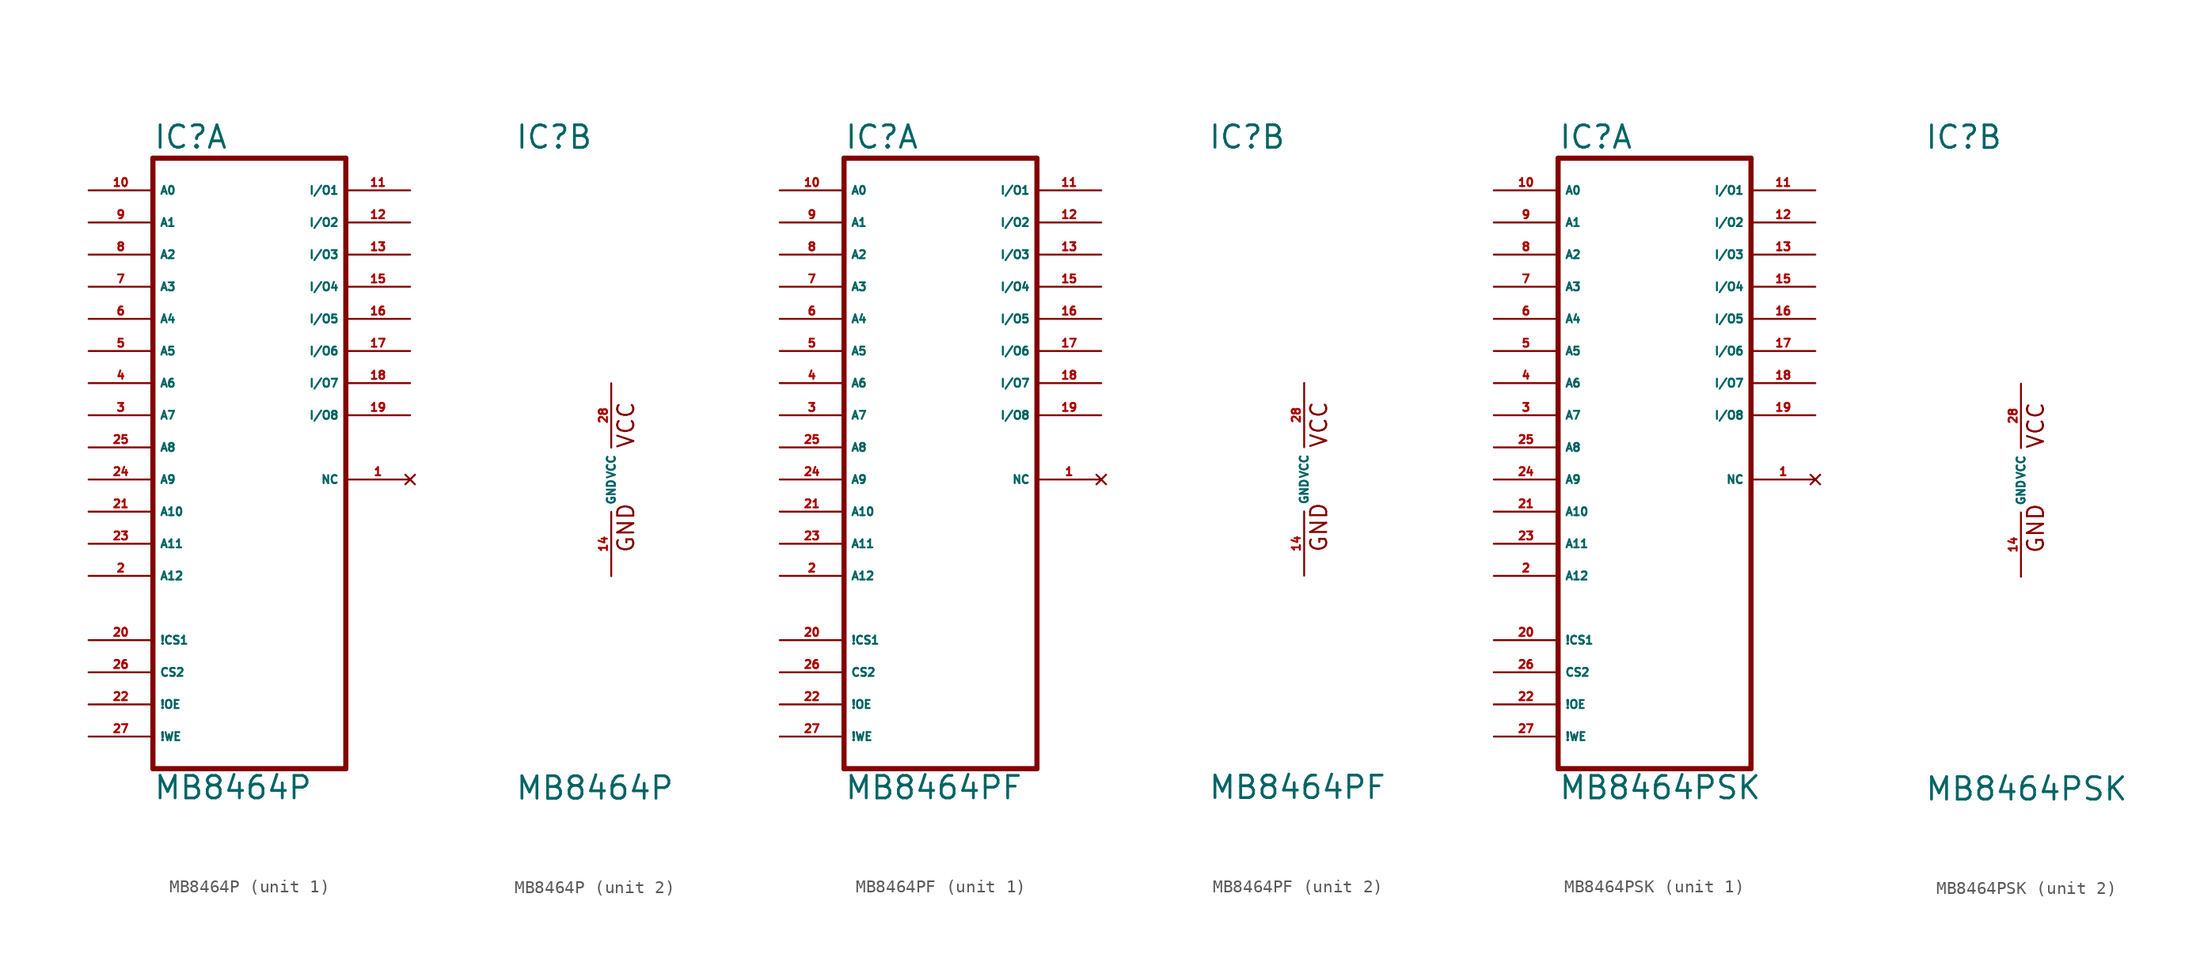
<source format=kicad_sym>
(kicad_symbol_lib
  (version 20220914)
  (generator Eagle2Kicad)
  (symbol "MB8464P"
    (property "Reference" "IC"
      (at -7.62 26.035 0)
      (effects (font (size 1.778 1.778) (thickness 0.22)) (justify left bottom)))
    (property "Value" "MB8464P"
      (at -7.62 -25.4 0)
      (effects (font (size 1.778 1.778) (thickness 0.22)) (justify left bottom)))
    (symbol "MB8464P_1_0"
      (polyline (pts (xy -7.62 -22.86) (xy -7.62 25.4)) (stroke (width 0.406) (type default)) (fill (type none)))
      (polyline (pts (xy -7.62 25.4) (xy 7.62 25.4)) (stroke (width 0.406) (type default)) (fill (type none)))
      (polyline (pts (xy 7.62 25.4) (xy 7.62 -22.86)) (stroke (width 0.406) (type default)) (fill (type none)))
      (polyline (pts (xy 7.62 -22.86) (xy -7.62 -22.86)) (stroke (width 0.406) (type default)) (fill (type none)))
      (pin input line (at -12.7 22.86 0) (length 5.08) (name "A0" (effects (font (size 0.635 0.635) (thickness 0.08)) (justify left bottom))) (number "10" (effects (font (size 0.635 0.635) (thickness 0.08)) (justify left bottom))))
      (pin input line (at -12.7 20.32 0) (length 5.08) (name "A1" (effects (font (size 0.635 0.635) (thickness 0.08)) (justify left bottom))) (number "9" (effects (font (size 0.635 0.635) (thickness 0.08)) (justify left bottom))))
      (pin input line (at -12.7 17.78 0) (length 5.08) (name "A2" (effects (font (size 0.635 0.635) (thickness 0.08)) (justify left bottom))) (number "8" (effects (font (size 0.635 0.635) (thickness 0.08)) (justify left bottom))))
      (pin input line (at -12.7 15.24 0) (length 5.08) (name "A3" (effects (font (size 0.635 0.635) (thickness 0.08)) (justify left bottom))) (number "7" (effects (font (size 0.635 0.635) (thickness 0.08)) (justify left bottom))))
      (pin input line (at -12.7 12.7 0) (length 5.08) (name "A4" (effects (font (size 0.635 0.635) (thickness 0.08)) (justify left bottom))) (number "6" (effects (font (size 0.635 0.635) (thickness 0.08)) (justify left bottom))))
      (pin input line (at -12.7 7.62 0) (length 5.08) (name "A6" (effects (font (size 0.635 0.635) (thickness 0.08)) (justify left bottom))) (number "4" (effects (font (size 0.635 0.635) (thickness 0.08)) (justify left bottom))))
      (pin input line (at -12.7 10.16 0) (length 5.08) (name "A5" (effects (font (size 0.635 0.635) (thickness 0.08)) (justify left bottom))) (number "5" (effects (font (size 0.635 0.635) (thickness 0.08)) (justify left bottom))))
      (pin input line (at -12.7 5.08 0) (length 5.08) (name "A7" (effects (font (size 0.635 0.635) (thickness 0.08)) (justify left bottom))) (number "3" (effects (font (size 0.635 0.635) (thickness 0.08)) (justify left bottom))))
      (pin input line (at -12.7 2.54 0) (length 5.08) (name "A8" (effects (font (size 0.635 0.635) (thickness 0.08)) (justify left bottom))) (number "25" (effects (font (size 0.635 0.635) (thickness 0.08)) (justify left bottom))))
      (pin input line (at -12.7 0 0) (length 5.08) (name "A9" (effects (font (size 0.635 0.635) (thickness 0.08)) (justify left bottom))) (number "24" (effects (font (size 0.635 0.635) (thickness 0.08)) (justify left bottom))))
      (pin input line (at -12.7 -2.54 0) (length 5.08) (name "A10" (effects (font (size 0.635 0.635) (thickness 0.08)) (justify left bottom))) (number "21" (effects (font (size 0.635 0.635) (thickness 0.08)) (justify left bottom))))
      (pin input line (at -12.7 -5.08 0) (length 5.08) (name "A11" (effects (font (size 0.635 0.635) (thickness 0.08)) (justify left bottom))) (number "23" (effects (font (size 0.635 0.635) (thickness 0.08)) (justify left bottom))))
      (pin bidirectional line (at 12.7 22.86 180) (length 5.08) (name "I/O1" (effects (font (size 0.635 0.635) (thickness 0.08)) (justify left bottom))) (number "11" (effects (font (size 0.635 0.635) (thickness 0.08)) (justify left bottom))))
      (pin bidirectional line (at 12.7 20.32 180) (length 5.08) (name "I/O2" (effects (font (size 0.635 0.635) (thickness 0.08)) (justify left bottom))) (number "12" (effects (font (size 0.635 0.635) (thickness 0.08)) (justify left bottom))))
      (pin bidirectional line (at 12.7 17.78 180) (length 5.08) (name "I/O3" (effects (font (size 0.635 0.635) (thickness 0.08)) (justify left bottom))) (number "13" (effects (font (size 0.635 0.635) (thickness 0.08)) (justify left bottom))))
      (pin bidirectional line (at 12.7 15.24 180) (length 5.08) (name "I/O4" (effects (font (size 0.635 0.635) (thickness 0.08)) (justify left bottom))) (number "15" (effects (font (size 0.635 0.635) (thickness 0.08)) (justify left bottom))))
      (pin input line (at -12.7 -12.7 0) (length 5.08) (name "!CS1" (effects (font (size 0.635 0.635) (thickness 0.08)) (justify left bottom))) (number "20" (effects (font (size 0.635 0.635) (thickness 0.08)) (justify left bottom))))
      (pin input line (at -12.7 -15.24 0) (length 5.08) (name "CS2" (effects (font (size 0.635 0.635) (thickness 0.08)) (justify left bottom))) (number "26" (effects (font (size 0.635 0.635) (thickness 0.08)) (justify left bottom))))
      (pin input line (at -12.7 -7.62 0) (length 5.08) (name "A12" (effects (font (size 0.635 0.635) (thickness 0.08)) (justify left bottom))) (number "2" (effects (font (size 0.635 0.635) (thickness 0.08)) (justify left bottom))))
      (pin no_connect line (at 12.7 0 180) (length 5.08) (name "NC" (effects (font (size 0.635 0.635) (thickness 0.08)) (justify left bottom) hide)) (number "1" (effects (font (size 0.635 0.635) (thickness 0.08)) (justify left bottom) hide)))
      (pin input line (at -12.7 -17.78 0) (length 5.08) (name "!OE" (effects (font (size 0.635 0.635) (thickness 0.08)) (justify left bottom))) (number "22" (effects (font (size 0.635 0.635) (thickness 0.08)) (justify left bottom))))
      (pin bidirectional line (at 12.7 10.16 180) (length 5.08) (name "I/O6" (effects (font (size 0.635 0.635) (thickness 0.08)) (justify left bottom))) (number "17" (effects (font (size 0.635 0.635) (thickness 0.08)) (justify left bottom))))
      (pin input line (at -12.7 -20.32 0) (length 5.08) (name "!WE" (effects (font (size 0.635 0.635) (thickness 0.08)) (justify left bottom))) (number "27" (effects (font (size 0.635 0.635) (thickness 0.08)) (justify left bottom))))
      (pin bidirectional line (at 12.7 12.7 180) (length 5.08) (name "I/O5" (effects (font (size 0.635 0.635) (thickness 0.08)) (justify left bottom))) (number "16" (effects (font (size 0.635 0.635) (thickness 0.08)) (justify left bottom))))
      (pin bidirectional line (at 12.7 7.62 180) (length 5.08) (name "I/O7" (effects (font (size 0.635 0.635) (thickness 0.08)) (justify left bottom))) (number "18" (effects (font (size 0.635 0.635) (thickness 0.08)) (justify left bottom))))
      (pin bidirectional line (at 12.7 5.08 180) (length 5.08) (name "I/O8" (effects (font (size 0.635 0.635) (thickness 0.08)) (justify left bottom))) (number "19" (effects (font (size 0.635 0.635) (thickness 0.08)) (justify left bottom)))))
    (symbol "MB8464P_2_0"
      (text "VCC" (at 1.905 2.413 900) (effects (font (size 1.27 1.27) (thickness 0.16)) (justify left bottom)))
      (text "GND" (at 1.905 -5.842 900) (effects (font (size 1.27 1.27) (thickness 0.16)) (justify left bottom)))
      (pin unspecified line (at 0 -7.62 90) (length 5.08) (name "GND" (effects (font (size 0.635 0.635) (thickness 0.08)) (justify left bottom))) (number "14" (effects (font (size 0.635 0.635) (thickness 0.08)) (justify left bottom))))
      (pin unspecified line (at 0 7.62 270) (length 5.08) (name "VCC" (effects (font (size 0.635 0.635) (thickness 0.08)) (justify left bottom))) (number "28" (effects (font (size 0.635 0.635) (thickness 0.08)) (justify left bottom))))))
  (symbol "MB8464PF"
    (property "Reference" "IC"
      (at -7.62 26.035 0)
      (effects (font (size 1.778 1.778) (thickness 0.22)) (justify left bottom)))
    (property "Value" "MB8464PF"
      (at -7.62 -25.4 0)
      (effects (font (size 1.778 1.778) (thickness 0.22)) (justify left bottom)))
    (symbol "MB8464PF_1_0"
      (polyline (pts (xy -7.62 -22.86) (xy -7.62 25.4)) (stroke (width 0.406) (type default)) (fill (type none)))
      (polyline (pts (xy -7.62 25.4) (xy 7.62 25.4)) (stroke (width 0.406) (type default)) (fill (type none)))
      (polyline (pts (xy 7.62 25.4) (xy 7.62 -22.86)) (stroke (width 0.406) (type default)) (fill (type none)))
      (polyline (pts (xy 7.62 -22.86) (xy -7.62 -22.86)) (stroke (width 0.406) (type default)) (fill (type none)))
      (pin input line (at -12.7 22.86 0) (length 5.08) (name "A0" (effects (font (size 0.635 0.635) (thickness 0.08)) (justify left bottom))) (number "10" (effects (font (size 0.635 0.635) (thickness 0.08)) (justify left bottom))))
      (pin input line (at -12.7 20.32 0) (length 5.08) (name "A1" (effects (font (size 0.635 0.635) (thickness 0.08)) (justify left bottom))) (number "9" (effects (font (size 0.635 0.635) (thickness 0.08)) (justify left bottom))))
      (pin input line (at -12.7 17.78 0) (length 5.08) (name "A2" (effects (font (size 0.635 0.635) (thickness 0.08)) (justify left bottom))) (number "8" (effects (font (size 0.635 0.635) (thickness 0.08)) (justify left bottom))))
      (pin input line (at -12.7 15.24 0) (length 5.08) (name "A3" (effects (font (size 0.635 0.635) (thickness 0.08)) (justify left bottom))) (number "7" (effects (font (size 0.635 0.635) (thickness 0.08)) (justify left bottom))))
      (pin input line (at -12.7 12.7 0) (length 5.08) (name "A4" (effects (font (size 0.635 0.635) (thickness 0.08)) (justify left bottom))) (number "6" (effects (font (size 0.635 0.635) (thickness 0.08)) (justify left bottom))))
      (pin input line (at -12.7 7.62 0) (length 5.08) (name "A6" (effects (font (size 0.635 0.635) (thickness 0.08)) (justify left bottom))) (number "4" (effects (font (size 0.635 0.635) (thickness 0.08)) (justify left bottom))))
      (pin input line (at -12.7 10.16 0) (length 5.08) (name "A5" (effects (font (size 0.635 0.635) (thickness 0.08)) (justify left bottom))) (number "5" (effects (font (size 0.635 0.635) (thickness 0.08)) (justify left bottom))))
      (pin input line (at -12.7 5.08 0) (length 5.08) (name "A7" (effects (font (size 0.635 0.635) (thickness 0.08)) (justify left bottom))) (number "3" (effects (font (size 0.635 0.635) (thickness 0.08)) (justify left bottom))))
      (pin input line (at -12.7 2.54 0) (length 5.08) (name "A8" (effects (font (size 0.635 0.635) (thickness 0.08)) (justify left bottom))) (number "25" (effects (font (size 0.635 0.635) (thickness 0.08)) (justify left bottom))))
      (pin input line (at -12.7 0 0) (length 5.08) (name "A9" (effects (font (size 0.635 0.635) (thickness 0.08)) (justify left bottom))) (number "24" (effects (font (size 0.635 0.635) (thickness 0.08)) (justify left bottom))))
      (pin input line (at -12.7 -2.54 0) (length 5.08) (name "A10" (effects (font (size 0.635 0.635) (thickness 0.08)) (justify left bottom))) (number "21" (effects (font (size 0.635 0.635) (thickness 0.08)) (justify left bottom))))
      (pin input line (at -12.7 -5.08 0) (length 5.08) (name "A11" (effects (font (size 0.635 0.635) (thickness 0.08)) (justify left bottom))) (number "23" (effects (font (size 0.635 0.635) (thickness 0.08)) (justify left bottom))))
      (pin bidirectional line (at 12.7 22.86 180) (length 5.08) (name "I/O1" (effects (font (size 0.635 0.635) (thickness 0.08)) (justify left bottom))) (number "11" (effects (font (size 0.635 0.635) (thickness 0.08)) (justify left bottom))))
      (pin bidirectional line (at 12.7 20.32 180) (length 5.08) (name "I/O2" (effects (font (size 0.635 0.635) (thickness 0.08)) (justify left bottom))) (number "12" (effects (font (size 0.635 0.635) (thickness 0.08)) (justify left bottom))))
      (pin bidirectional line (at 12.7 17.78 180) (length 5.08) (name "I/O3" (effects (font (size 0.635 0.635) (thickness 0.08)) (justify left bottom))) (number "13" (effects (font (size 0.635 0.635) (thickness 0.08)) (justify left bottom))))
      (pin bidirectional line (at 12.7 15.24 180) (length 5.08) (name "I/O4" (effects (font (size 0.635 0.635) (thickness 0.08)) (justify left bottom))) (number "15" (effects (font (size 0.635 0.635) (thickness 0.08)) (justify left bottom))))
      (pin input line (at -12.7 -12.7 0) (length 5.08) (name "!CS1" (effects (font (size 0.635 0.635) (thickness 0.08)) (justify left bottom))) (number "20" (effects (font (size 0.635 0.635) (thickness 0.08)) (justify left bottom))))
      (pin input line (at -12.7 -15.24 0) (length 5.08) (name "CS2" (effects (font (size 0.635 0.635) (thickness 0.08)) (justify left bottom))) (number "26" (effects (font (size 0.635 0.635) (thickness 0.08)) (justify left bottom))))
      (pin input line (at -12.7 -7.62 0) (length 5.08) (name "A12" (effects (font (size 0.635 0.635) (thickness 0.08)) (justify left bottom))) (number "2" (effects (font (size 0.635 0.635) (thickness 0.08)) (justify left bottom))))
      (pin no_connect line (at 12.7 0 180) (length 5.08) (name "NC" (effects (font (size 0.635 0.635) (thickness 0.08)) (justify left bottom) hide)) (number "1" (effects (font (size 0.635 0.635) (thickness 0.08)) (justify left bottom) hide)))
      (pin input line (at -12.7 -17.78 0) (length 5.08) (name "!OE" (effects (font (size 0.635 0.635) (thickness 0.08)) (justify left bottom))) (number "22" (effects (font (size 0.635 0.635) (thickness 0.08)) (justify left bottom))))
      (pin bidirectional line (at 12.7 10.16 180) (length 5.08) (name "I/O6" (effects (font (size 0.635 0.635) (thickness 0.08)) (justify left bottom))) (number "17" (effects (font (size 0.635 0.635) (thickness 0.08)) (justify left bottom))))
      (pin input line (at -12.7 -20.32 0) (length 5.08) (name "!WE" (effects (font (size 0.635 0.635) (thickness 0.08)) (justify left bottom))) (number "27" (effects (font (size 0.635 0.635) (thickness 0.08)) (justify left bottom))))
      (pin bidirectional line (at 12.7 12.7 180) (length 5.08) (name "I/O5" (effects (font (size 0.635 0.635) (thickness 0.08)) (justify left bottom))) (number "16" (effects (font (size 0.635 0.635) (thickness 0.08)) (justify left bottom))))
      (pin bidirectional line (at 12.7 7.62 180) (length 5.08) (name "I/O7" (effects (font (size 0.635 0.635) (thickness 0.08)) (justify left bottom))) (number "18" (effects (font (size 0.635 0.635) (thickness 0.08)) (justify left bottom))))
      (pin bidirectional line (at 12.7 5.08 180) (length 5.08) (name "I/O8" (effects (font (size 0.635 0.635) (thickness 0.08)) (justify left bottom))) (number "19" (effects (font (size 0.635 0.635) (thickness 0.08)) (justify left bottom)))))
    (symbol "MB8464PF_2_0"
      (text "VCC" (at 1.905 2.413 900) (effects (font (size 1.27 1.27) (thickness 0.16)) (justify left bottom)))
      (text "GND" (at 1.905 -5.842 900) (effects (font (size 1.27 1.27) (thickness 0.16)) (justify left bottom)))
      (pin unspecified line (at 0 -7.62 90) (length 5.08) (name "GND" (effects (font (size 0.635 0.635) (thickness 0.08)) (justify left bottom))) (number "14" (effects (font (size 0.635 0.635) (thickness 0.08)) (justify left bottom))))
      (pin unspecified line (at 0 7.62 270) (length 5.08) (name "VCC" (effects (font (size 0.635 0.635) (thickness 0.08)) (justify left bottom))) (number "28" (effects (font (size 0.635 0.635) (thickness 0.08)) (justify left bottom))))))
  (symbol "MB8464PSK"
    (property "Reference" "IC"
      (at -7.62 26.035 0)
      (effects (font (size 1.778 1.778) (thickness 0.22)) (justify left bottom)))
    (property "Value" "MB8464PSK"
      (at -7.62 -25.4 0)
      (effects (font (size 1.778 1.778) (thickness 0.22)) (justify left bottom)))
    (symbol "MB8464PSK_1_0"
      (polyline (pts (xy -7.62 -22.86) (xy -7.62 25.4)) (stroke (width 0.406) (type default)) (fill (type none)))
      (polyline (pts (xy -7.62 25.4) (xy 7.62 25.4)) (stroke (width 0.406) (type default)) (fill (type none)))
      (polyline (pts (xy 7.62 25.4) (xy 7.62 -22.86)) (stroke (width 0.406) (type default)) (fill (type none)))
      (polyline (pts (xy 7.62 -22.86) (xy -7.62 -22.86)) (stroke (width 0.406) (type default)) (fill (type none)))
      (pin input line (at -12.7 22.86 0) (length 5.08) (name "A0" (effects (font (size 0.635 0.635) (thickness 0.08)) (justify left bottom))) (number "10" (effects (font (size 0.635 0.635) (thickness 0.08)) (justify left bottom))))
      (pin input line (at -12.7 20.32 0) (length 5.08) (name "A1" (effects (font (size 0.635 0.635) (thickness 0.08)) (justify left bottom))) (number "9" (effects (font (size 0.635 0.635) (thickness 0.08)) (justify left bottom))))
      (pin input line (at -12.7 17.78 0) (length 5.08) (name "A2" (effects (font (size 0.635 0.635) (thickness 0.08)) (justify left bottom))) (number "8" (effects (font (size 0.635 0.635) (thickness 0.08)) (justify left bottom))))
      (pin input line (at -12.7 15.24 0) (length 5.08) (name "A3" (effects (font (size 0.635 0.635) (thickness 0.08)) (justify left bottom))) (number "7" (effects (font (size 0.635 0.635) (thickness 0.08)) (justify left bottom))))
      (pin input line (at -12.7 12.7 0) (length 5.08) (name "A4" (effects (font (size 0.635 0.635) (thickness 0.08)) (justify left bottom))) (number "6" (effects (font (size 0.635 0.635) (thickness 0.08)) (justify left bottom))))
      (pin input line (at -12.7 7.62 0) (length 5.08) (name "A6" (effects (font (size 0.635 0.635) (thickness 0.08)) (justify left bottom))) (number "4" (effects (font (size 0.635 0.635) (thickness 0.08)) (justify left bottom))))
      (pin input line (at -12.7 10.16 0) (length 5.08) (name "A5" (effects (font (size 0.635 0.635) (thickness 0.08)) (justify left bottom))) (number "5" (effects (font (size 0.635 0.635) (thickness 0.08)) (justify left bottom))))
      (pin input line (at -12.7 5.08 0) (length 5.08) (name "A7" (effects (font (size 0.635 0.635) (thickness 0.08)) (justify left bottom))) (number "3" (effects (font (size 0.635 0.635) (thickness 0.08)) (justify left bottom))))
      (pin input line (at -12.7 2.54 0) (length 5.08) (name "A8" (effects (font (size 0.635 0.635) (thickness 0.08)) (justify left bottom))) (number "25" (effects (font (size 0.635 0.635) (thickness 0.08)) (justify left bottom))))
      (pin input line (at -12.7 0 0) (length 5.08) (name "A9" (effects (font (size 0.635 0.635) (thickness 0.08)) (justify left bottom))) (number "24" (effects (font (size 0.635 0.635) (thickness 0.08)) (justify left bottom))))
      (pin input line (at -12.7 -2.54 0) (length 5.08) (name "A10" (effects (font (size 0.635 0.635) (thickness 0.08)) (justify left bottom))) (number "21" (effects (font (size 0.635 0.635) (thickness 0.08)) (justify left bottom))))
      (pin input line (at -12.7 -5.08 0) (length 5.08) (name "A11" (effects (font (size 0.635 0.635) (thickness 0.08)) (justify left bottom))) (number "23" (effects (font (size 0.635 0.635) (thickness 0.08)) (justify left bottom))))
      (pin bidirectional line (at 12.7 22.86 180) (length 5.08) (name "I/O1" (effects (font (size 0.635 0.635) (thickness 0.08)) (justify left bottom))) (number "11" (effects (font (size 0.635 0.635) (thickness 0.08)) (justify left bottom))))
      (pin bidirectional line (at 12.7 20.32 180) (length 5.08) (name "I/O2" (effects (font (size 0.635 0.635) (thickness 0.08)) (justify left bottom))) (number "12" (effects (font (size 0.635 0.635) (thickness 0.08)) (justify left bottom))))
      (pin bidirectional line (at 12.7 17.78 180) (length 5.08) (name "I/O3" (effects (font (size 0.635 0.635) (thickness 0.08)) (justify left bottom))) (number "13" (effects (font (size 0.635 0.635) (thickness 0.08)) (justify left bottom))))
      (pin bidirectional line (at 12.7 15.24 180) (length 5.08) (name "I/O4" (effects (font (size 0.635 0.635) (thickness 0.08)) (justify left bottom))) (number "15" (effects (font (size 0.635 0.635) (thickness 0.08)) (justify left bottom))))
      (pin input line (at -12.7 -12.7 0) (length 5.08) (name "!CS1" (effects (font (size 0.635 0.635) (thickness 0.08)) (justify left bottom))) (number "20" (effects (font (size 0.635 0.635) (thickness 0.08)) (justify left bottom))))
      (pin input line (at -12.7 -15.24 0) (length 5.08) (name "CS2" (effects (font (size 0.635 0.635) (thickness 0.08)) (justify left bottom))) (number "26" (effects (font (size 0.635 0.635) (thickness 0.08)) (justify left bottom))))
      (pin input line (at -12.7 -7.62 0) (length 5.08) (name "A12" (effects (font (size 0.635 0.635) (thickness 0.08)) (justify left bottom))) (number "2" (effects (font (size 0.635 0.635) (thickness 0.08)) (justify left bottom))))
      (pin no_connect line (at 12.7 0 180) (length 5.08) (name "NC" (effects (font (size 0.635 0.635) (thickness 0.08)) (justify left bottom) hide)) (number "1" (effects (font (size 0.635 0.635) (thickness 0.08)) (justify left bottom) hide)))
      (pin input line (at -12.7 -17.78 0) (length 5.08) (name "!OE" (effects (font (size 0.635 0.635) (thickness 0.08)) (justify left bottom))) (number "22" (effects (font (size 0.635 0.635) (thickness 0.08)) (justify left bottom))))
      (pin bidirectional line (at 12.7 10.16 180) (length 5.08) (name "I/O6" (effects (font (size 0.635 0.635) (thickness 0.08)) (justify left bottom))) (number "17" (effects (font (size 0.635 0.635) (thickness 0.08)) (justify left bottom))))
      (pin input line (at -12.7 -20.32 0) (length 5.08) (name "!WE" (effects (font (size 0.635 0.635) (thickness 0.08)) (justify left bottom))) (number "27" (effects (font (size 0.635 0.635) (thickness 0.08)) (justify left bottom))))
      (pin bidirectional line (at 12.7 12.7 180) (length 5.08) (name "I/O5" (effects (font (size 0.635 0.635) (thickness 0.08)) (justify left bottom))) (number "16" (effects (font (size 0.635 0.635) (thickness 0.08)) (justify left bottom))))
      (pin bidirectional line (at 12.7 7.62 180) (length 5.08) (name "I/O7" (effects (font (size 0.635 0.635) (thickness 0.08)) (justify left bottom))) (number "18" (effects (font (size 0.635 0.635) (thickness 0.08)) (justify left bottom))))
      (pin bidirectional line (at 12.7 5.08 180) (length 5.08) (name "I/O8" (effects (font (size 0.635 0.635) (thickness 0.08)) (justify left bottom))) (number "19" (effects (font (size 0.635 0.635) (thickness 0.08)) (justify left bottom)))))
    (symbol "MB8464PSK_2_0"
      (text "VCC" (at 1.905 2.413 900) (effects (font (size 1.27 1.27) (thickness 0.16)) (justify left bottom)))
      (text "GND" (at 1.905 -5.842 900) (effects (font (size 1.27 1.27) (thickness 0.16)) (justify left bottom)))
      (pin unspecified line (at 0 -7.62 90) (length 5.08) (name "GND" (effects (font (size 0.635 0.635) (thickness 0.08)) (justify left bottom))) (number "14" (effects (font (size 0.635 0.635) (thickness 0.08)) (justify left bottom))))
      (pin unspecified line (at 0 7.62 270) (length 5.08) (name "VCC" (effects (font (size 0.635 0.635) (thickness 0.08)) (justify left bottom))) (number "28" (effects (font (size 0.635 0.635) (thickness 0.08)) (justify left bottom)))))))
</source>
